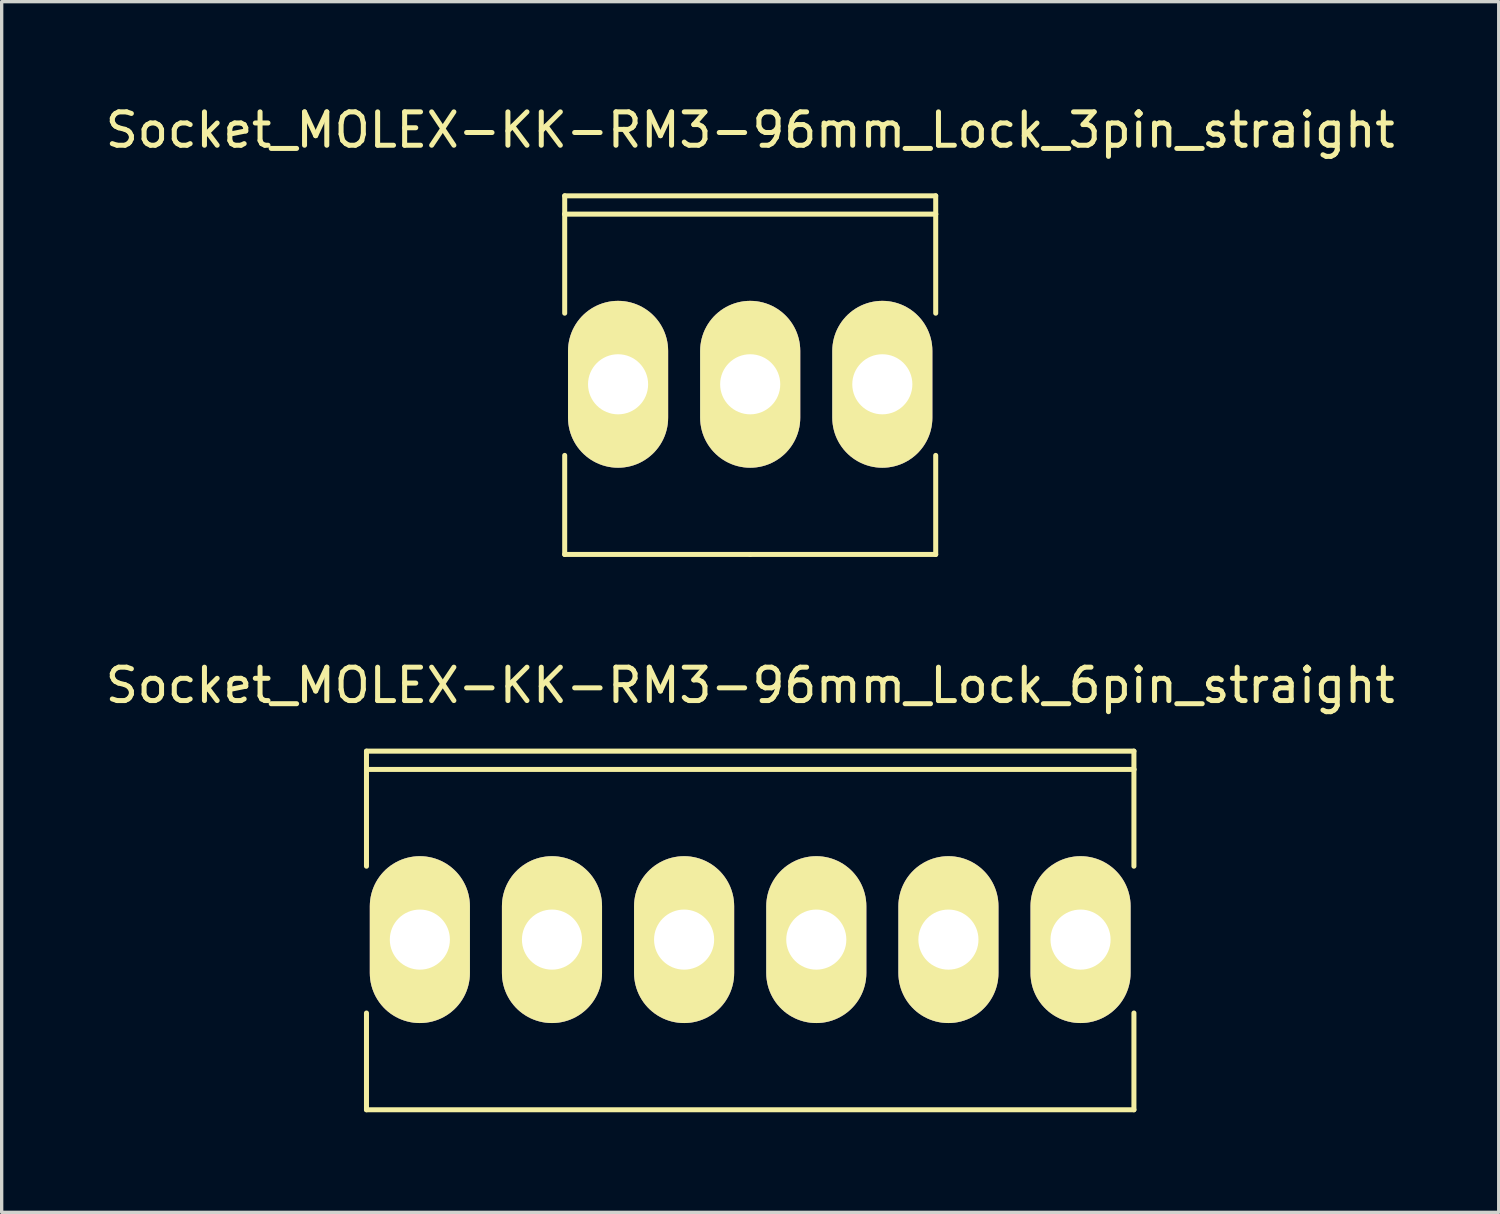
<source format=kicad_pcb>
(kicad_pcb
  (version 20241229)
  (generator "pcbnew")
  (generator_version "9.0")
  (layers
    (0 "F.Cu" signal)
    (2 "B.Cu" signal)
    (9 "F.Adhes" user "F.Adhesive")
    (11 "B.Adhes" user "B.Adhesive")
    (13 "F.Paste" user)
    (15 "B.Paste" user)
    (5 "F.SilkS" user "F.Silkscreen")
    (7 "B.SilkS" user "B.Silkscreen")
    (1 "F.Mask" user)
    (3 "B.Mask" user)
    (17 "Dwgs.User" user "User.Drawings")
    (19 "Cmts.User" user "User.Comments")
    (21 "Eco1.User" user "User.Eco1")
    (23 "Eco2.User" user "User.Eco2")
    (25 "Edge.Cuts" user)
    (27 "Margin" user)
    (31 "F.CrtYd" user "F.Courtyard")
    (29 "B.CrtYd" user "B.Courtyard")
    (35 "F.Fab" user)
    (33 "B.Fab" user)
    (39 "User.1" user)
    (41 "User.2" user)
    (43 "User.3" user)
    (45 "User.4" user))
  (footprint "Socket_MOLEX-KK-RM3-96mm_Lock_6pin_straight"
    (layer "F.Cu")
    (at 19.435 25.112)
    (property "Reference" "Socket_MOLEX-KK-RM3-96mm_Lock_6pin_straight" (at 0 -7.62 0) (layer "F.SilkS") (effects (font (size 1 1) (thickness 0.15))))
    (attr through_hole)
    (fp_line (start -11.501 -5.649) (end -11.501 -5.1) (stroke (width 0.15) (type solid)) (layer "F.SilkS"))
    (fp_line (start -11.501 -5.1) (end -11.501 -2.2) (stroke (width 0.15) (type solid)) (layer "F.SilkS"))
    (fp_line (start -11.501 2.2) (end -11.501 5.1) (stroke (width 0.15) (type solid)) (layer "F.SilkS"))
    (fp_line (start -11.501 5.1) (end 11.501 5.1) (stroke (width 0.15) (type solid)) (layer "F.SilkS"))
    (fp_line (start 11.501 -5.649) (end -11.501 -5.649) (stroke (width 0.15) (type solid)) (layer "F.SilkS"))
    (fp_line (start 11.501 -5.1) (end -11.501 -5.1) (stroke (width 0.15) (type solid)) (layer "F.SilkS"))
    (fp_line (start 11.501 -5.1) (end 11.501 -5.649) (stroke (width 0.15) (type solid)) (layer "F.SilkS"))
    (fp_line (start 11.501 -2.2) (end 11.501 -5.1) (stroke (width 0.15) (type solid)) (layer "F.SilkS"))
    (fp_line (start 11.501 5.1) (end 11.501 2.2) (stroke (width 0.15) (type solid)) (layer "F.SilkS"))
    (pad "1" thru_hole oval (at -9.901 0) (size 3 5.001) (drill 1.801) (layers "*.Cu" "*.Mask" "F.SilkS"))
    (pad "2" thru_hole oval (at -5.941 0) (size 3 5.001) (drill 1.801) (layers "*.Cu" "*.Mask" "F.SilkS"))
    (pad "3" thru_hole oval (at -1.981 0) (size 3 5.001) (drill 1.801) (layers "*.Cu" "*.Mask" "F.SilkS"))
    (pad "4" thru_hole oval (at 1.981 0) (size 3 5.001) (drill 1.801) (layers "*.Cu" "*.Mask" "F.SilkS"))
    (pad "5" thru_hole oval (at 5.941 0) (size 3 5.001) (drill 1.801) (layers "*.Cu" "*.Mask" "F.SilkS"))
    (pad "6" thru_hole oval (at 9.901 0) (size 3 5.001) (drill 1.801) (layers "*.Cu" "*.Mask" "F.SilkS")))
  (footprint "Socket_MOLEX-KK-RM3-96mm_Lock_3pin_straight"
    (layer "F.Cu")
    (at 19.435 8.468)
    (property "Reference" "Socket_MOLEX-KK-RM3-96mm_Lock_3pin_straight" (at 0 -7.62 0) (layer "F.SilkS") (effects (font (size 1 1) (thickness 0.15))))
    (attr through_hole)
    (fp_line (start -5.56 -5.649) (end -5.56 -5.1) (stroke (width 0.15) (type solid)) (layer "F.SilkS"))
    (fp_line (start -5.56 -5.1) (end -5.56 -2.131) (stroke (width 0.15) (type solid)) (layer "F.SilkS"))
    (fp_line (start -5.56 2.131) (end -5.56 5.1) (stroke (width 0.15) (type solid)) (layer "F.SilkS"))
    (fp_line (start -5.56 5.1) (end 0 5.1) (stroke (width 0.15) (type solid)) (layer "F.SilkS"))
    (fp_line (start 0 5.1) (end 5.56 5.1) (stroke (width 0.15) (type solid)) (layer "F.SilkS"))
    (fp_line (start 5.56 -5.649) (end -5.56 -5.649) (stroke (width 0.15) (type solid)) (layer "F.SilkS"))
    (fp_line (start 5.56 -5.1) (end -5.56 -5.1) (stroke (width 0.15) (type solid)) (layer "F.SilkS"))
    (fp_line (start 5.56 -5.1) (end 5.56 -5.649) (stroke (width 0.15) (type solid)) (layer "F.SilkS"))
    (fp_line (start 5.56 -2.131) (end 5.56 -5.1) (stroke (width 0.15) (type solid)) (layer "F.SilkS"))
    (fp_line (start 5.56 5.1) (end 5.56 2.131) (stroke (width 0.15) (type solid)) (layer "F.SilkS"))
    (pad "1" thru_hole oval (at -3.96 0) (size 3 5.001) (drill 1.801) (layers "*.Cu" "*.Mask" "F.SilkS"))
    (pad "2" thru_hole oval (at 0 0) (size 3 5.001) (drill 1.801) (layers "*.Cu" "*.Mask" "F.SilkS"))
    (pad "3" thru_hole oval (at 3.96 0) (size 3 5.001) (drill 1.801) (layers "*.Cu" "*.Mask" "F.SilkS")))
  (gr_rect
    (start -3 -3)
    (end 41.869 33.287)
    (stroke (width 0.1) (type default))
    (fill no)
    (layer "Edge.Cuts")))
</source>
